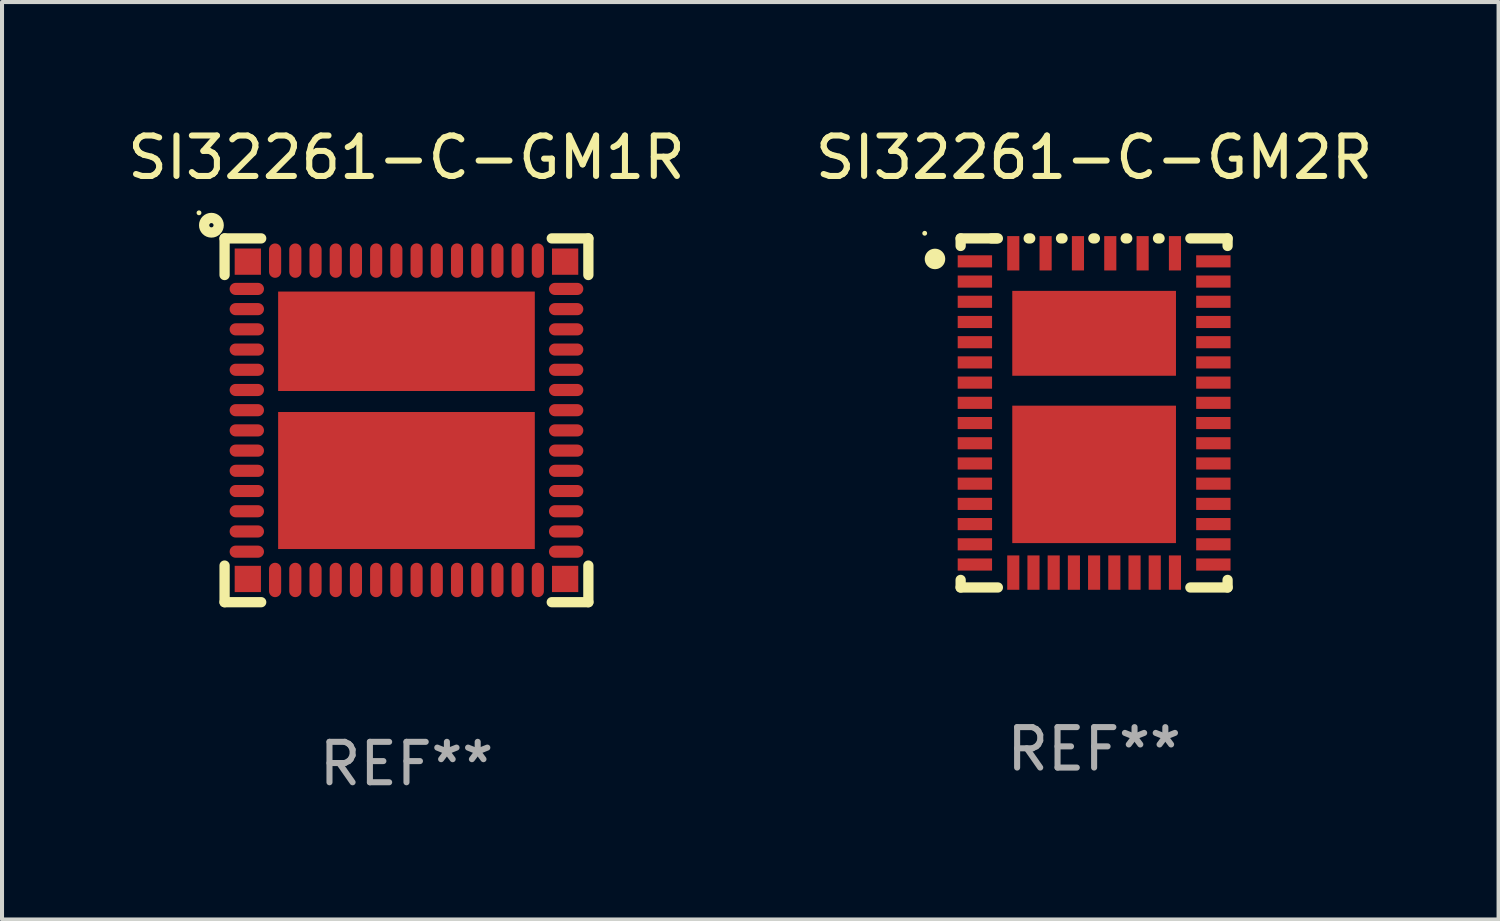
<source format=kicad_pcb>
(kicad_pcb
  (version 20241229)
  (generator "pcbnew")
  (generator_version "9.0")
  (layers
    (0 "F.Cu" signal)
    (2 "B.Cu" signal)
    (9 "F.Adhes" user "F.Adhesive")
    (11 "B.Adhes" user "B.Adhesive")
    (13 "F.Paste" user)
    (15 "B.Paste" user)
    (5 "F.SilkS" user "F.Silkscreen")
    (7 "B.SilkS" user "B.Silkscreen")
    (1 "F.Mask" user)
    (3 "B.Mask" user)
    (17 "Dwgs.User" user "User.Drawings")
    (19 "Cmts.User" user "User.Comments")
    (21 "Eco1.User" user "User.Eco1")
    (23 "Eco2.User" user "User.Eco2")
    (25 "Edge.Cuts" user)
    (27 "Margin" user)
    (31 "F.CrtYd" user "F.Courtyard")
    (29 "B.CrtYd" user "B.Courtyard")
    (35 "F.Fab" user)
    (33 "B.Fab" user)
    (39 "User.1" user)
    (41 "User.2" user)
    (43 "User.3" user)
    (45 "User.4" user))
  (footprint "SI32261-C-GM2R"
    (layer "F.Cu")
    (at 24.018 7.166)
    (property "Reference" "SI32261-C-GM2R" (at 0 -6.318 0) (layer "F.SilkS") (effects (font (size 1 1) (thickness 0.15))))
    (attr through_hole)
    (fp_line (start -3.302 -4.318) (end -3.302 -4.131) (stroke (width 0.254) (type solid)) (layer "F.SilkS"))
    (fp_line (start -3.302 4.131) (end -3.302 4.318) (stroke (width 0.254) (type solid)) (layer "F.SilkS"))
    (fp_line (start -3.302 4.318) (end -2.381 4.318) (stroke (width 0.254) (type solid)) (layer "F.SilkS"))
    (fp_line (start -2.413 -4.318) (end -3.302 -4.318) (stroke (width 0.254) (type solid)) (layer "F.SilkS"))
    (fp_line (start -2.381 -4.318) (end -2.54 -4.318) (stroke (width 0.254) (type solid)) (layer "F.SilkS"))
    (fp_line (start -1.581 -4.318) (end -1.619 -4.318) (stroke (width 0.254) (type solid)) (layer "F.SilkS"))
    (fp_line (start -0.781 -4.318) (end -0.819 -4.318) (stroke (width 0.254) (type solid)) (layer "F.SilkS"))
    (fp_line (start 0.019 -4.318) (end -0.019 -4.318) (stroke (width 0.254) (type solid)) (layer "F.SilkS"))
    (fp_line (start 0.819 -4.318) (end 0.781 -4.318) (stroke (width 0.254) (type solid)) (layer "F.SilkS"))
    (fp_line (start 1.619 -4.318) (end 1.581 -4.318) (stroke (width 0.254) (type solid)) (layer "F.SilkS"))
    (fp_line (start 2.381 4.318) (end 3.302 4.318) (stroke (width 0.254) (type solid)) (layer "F.SilkS"))
    (fp_line (start 3.302 -4.318) (end 2.381 -4.318) (stroke (width 0.254) (type solid)) (layer "F.SilkS"))
    (fp_line (start 3.302 -4.131) (end 3.302 -4.318) (stroke (width 0.254) (type solid)) (layer "F.SilkS"))
    (fp_line (start 3.302 4.318) (end 3.302 4.131) (stroke (width 0.254) (type solid)) (layer "F.SilkS"))
    (fp_circle (center -4.191 -4.445) (end -4.161 -4.445) (stroke (width 0.06) (type solid)) (fill no) (layer "F.SilkS"))
    (fp_circle (center -3.937 -3.81) (end -3.81 -3.81) (stroke (width 0.254) (type solid)) (fill no) (layer "F.SilkS"))
    (fp_text user "REF**" (at 0 8.318 0) (layer "F.Fab") (effects (font (size 1 1) (thickness 0.15))))
    (pad "1" smd rect (at -2.95 -3.75) (size 0.85 0.3) (layers "F.Cu" "F.Mask" "F.Paste"))
    (pad "2" smd rect (at -2.95 -3.25) (size 0.85 0.3) (layers "F.Cu" "F.Mask" "F.Paste"))
    (pad "3" smd rect (at -2.95 -2.75) (size 0.85 0.3) (layers "F.Cu" "F.Mask" "F.Paste"))
    (pad "4" smd rect (at -2.95 -2.25) (size 0.85 0.3) (layers "F.Cu" "F.Mask" "F.Paste"))
    (pad "5" smd rect (at -2.95 -1.75) (size 0.85 0.3) (layers "F.Cu" "F.Mask" "F.Paste"))
    (pad "6" smd rect (at -2.95 -1.25) (size 0.85 0.3) (layers "F.Cu" "F.Mask" "F.Paste"))
    (pad "7" smd rect (at -2.95 -0.75) (size 0.85 0.3) (layers "F.Cu" "F.Mask" "F.Paste"))
    (pad "8" smd rect (at -2.95 -0.25) (size 0.85 0.3) (layers "F.Cu" "F.Mask" "F.Paste"))
    (pad "9" smd rect (at -2.95 0.25) (size 0.85 0.3) (layers "F.Cu" "F.Mask" "F.Paste"))
    (pad "10" smd rect (at -2.95 0.75) (size 0.85 0.3) (layers "F.Cu" "F.Mask" "F.Paste"))
    (pad "11" smd rect (at -2.95 1.25) (size 0.85 0.3) (layers "F.Cu" "F.Mask" "F.Paste"))
    (pad "12" smd rect (at -2.95 1.75) (size 0.85 0.3) (layers "F.Cu" "F.Mask" "F.Paste"))
    (pad "13" smd rect (at -2.95 2.25) (size 0.85 0.3) (layers "F.Cu" "F.Mask" "F.Paste"))
    (pad "14" smd rect (at -2.95 2.75) (size 0.85 0.3) (layers "F.Cu" "F.Mask" "F.Paste"))
    (pad "15" smd rect (at -2.95 3.25) (size 0.85 0.3) (layers "F.Cu" "F.Mask" "F.Paste"))
    (pad "16" smd rect (at -2.95 3.75) (size 0.85 0.3) (layers "F.Cu" "F.Mask" "F.Paste"))
    (pad "17" smd rect (at -2 3.95 90) (size 0.85 0.3) (layers "F.Cu" "F.Mask" "F.Paste"))
    (pad "18" smd rect (at -1.5 3.95 90) (size 0.85 0.3) (layers "F.Cu" "F.Mask" "F.Paste"))
    (pad "19" smd rect (at -1 3.95 90) (size 0.85 0.3) (layers "F.Cu" "F.Mask" "F.Paste"))
    (pad "20" smd rect (at -0.5 3.95 90) (size 0.85 0.3) (layers "F.Cu" "F.Mask" "F.Paste"))
    (pad "21" smd rect (at 0 3.95 90) (size 0.85 0.3) (layers "F.Cu" "F.Mask" "F.Paste"))
    (pad "22" smd rect (at 0.5 3.95 90) (size 0.85 0.3) (layers "F.Cu" "F.Mask" "F.Paste"))
    (pad "23" smd rect (at 1 3.95 90) (size 0.85 0.3) (layers "F.Cu" "F.Mask" "F.Paste"))
    (pad "24" smd rect (at 1.5 3.95 90) (size 0.85 0.3) (layers "F.Cu" "F.Mask" "F.Paste"))
    (pad "25" smd rect (at 2 3.95 90) (size 0.85 0.3) (layers "F.Cu" "F.Mask" "F.Paste"))
    (pad "26" smd rect (at 2.95 3.75 180) (size 0.85 0.3) (layers "F.Cu" "F.Mask" "F.Paste"))
    (pad "27" smd rect (at 2.95 3.25 180) (size 0.85 0.3) (layers "F.Cu" "F.Mask" "F.Paste"))
    (pad "28" smd rect (at 2.95 2.75 180) (size 0.85 0.3) (layers "F.Cu" "F.Mask" "F.Paste"))
    (pad "29" smd rect (at 2.95 2.25 180) (size 0.85 0.3) (layers "F.Cu" "F.Mask" "F.Paste"))
    (pad "30" smd rect (at 2.95 1.75 180) (size 0.85 0.3) (layers "F.Cu" "F.Mask" "F.Paste"))
    (pad "31" smd rect (at 2.95 1.25 180) (size 0.85 0.3) (layers "F.Cu" "F.Mask" "F.Paste"))
    (pad "32" smd rect (at 2.95 0.75 180) (size 0.85 0.3) (layers "F.Cu" "F.Mask" "F.Paste"))
    (pad "33" smd rect (at 2.95 0.25 180) (size 0.85 0.3) (layers "F.Cu" "F.Mask" "F.Paste"))
    (pad "34" smd rect (at 2.95 -0.25 180) (size 0.85 0.3) (layers "F.Cu" "F.Mask" "F.Paste"))
    (pad "35" smd rect (at 2.95 -0.75 180) (size 0.85 0.3) (layers "F.Cu" "F.Mask" "F.Paste"))
    (pad "36" smd rect (at 2.95 -1.25 180) (size 0.85 0.3) (layers "F.Cu" "F.Mask" "F.Paste"))
    (pad "37" smd rect (at 2.95 -1.75 180) (size 0.85 0.3) (layers "F.Cu" "F.Mask" "F.Paste"))
    (pad "38" smd rect (at 2.95 -2.25 180) (size 0.85 0.3) (layers "F.Cu" "F.Mask" "F.Paste"))
    (pad "39" smd rect (at 2.95 -2.75 180) (size 0.85 0.3) (layers "F.Cu" "F.Mask" "F.Paste"))
    (pad "40" smd rect (at 2.95 -3.25 180) (size 0.85 0.3) (layers "F.Cu" "F.Mask" "F.Paste"))
    (pad "41" smd rect (at 2.95 -3.75 180) (size 0.85 0.3) (layers "F.Cu" "F.Mask" "F.Paste"))
    (pad "42" smd rect (at 2 -3.95 270) (size 0.85 0.3) (layers "F.Cu" "F.Mask" "F.Paste"))
    (pad "43" smd rect (at 1.2 -3.95 270) (size 0.85 0.3) (layers "F.Cu" "F.Mask" "F.Paste"))
    (pad "44" smd rect (at 0.4 -3.95 270) (size 0.85 0.3) (layers "F.Cu" "F.Mask" "F.Paste"))
    (pad "45" smd rect (at -0.4 -3.95 270) (size 0.85 0.3) (layers "F.Cu" "F.Mask" "F.Paste"))
    (pad "46" smd rect (at -1.2 -3.95 270) (size 0.85 0.3) (layers "F.Cu" "F.Mask" "F.Paste"))
    (pad "47" smd rect (at -2 -3.95 270) (size 0.85 0.3) (layers "F.Cu" "F.Mask" "F.Paste"))
    (pad "48" smd rect (at 0 -1.97 270) (size 2.1 4.05) (layers "F.Cu" "F.Mask" "F.Paste"))
    (pad "49" smd rect (at 0 1.52 270) (size 3.4 4.05) (layers "F.Cu" "F.Mask" "F.Paste")))
  (footprint "SI32261-C-GM1R"
    (layer "F.Cu")
    (at 7.006 7.348)
    (property "Reference" "SI32261-C-GM1R" (at 0 -6.5 0) (layer "F.SilkS") (effects (font (size 1 1) (thickness 0.15))))
    (attr through_hole)
    (fp_line (start -4.5 -4.5) (end -4.5 -3.594) (stroke (width 0.254) (type solid)) (layer "F.SilkS"))
    (fp_line (start -4.5 3.594) (end -4.5 4.5) (stroke (width 0.254) (type solid)) (layer "F.SilkS"))
    (fp_line (start -4.5 4.5) (end -3.594 4.5) (stroke (width 0.254) (type solid)) (layer "F.SilkS"))
    (fp_line (start -3.594 -4.5) (end -4.5 -4.5) (stroke (width 0.254) (type solid)) (layer "F.SilkS"))
    (fp_line (start 3.594 4.5) (end 4.5 4.5) (stroke (width 0.254) (type solid)) (layer "F.SilkS"))
    (fp_line (start 4.5 -4.5) (end 3.594 -4.5) (stroke (width 0.254) (type solid)) (layer "F.SilkS"))
    (fp_line (start 4.5 -3.594) (end 4.5 -4.5) (stroke (width 0.254) (type solid)) (layer "F.SilkS"))
    (fp_line (start 4.5 4.5) (end 4.5 3.594) (stroke (width 0.254) (type solid)) (layer "F.SilkS"))
    (fp_circle (center -5.133 -5.133) (end -5.103 -5.133) (stroke (width 0.06) (type solid)) (fill no) (layer "F.SilkS"))
    (fp_circle (center -4.826 -4.826) (end -4.646 -4.826) (stroke (width 0.254) (type solid)) (fill no) (layer "F.SilkS"))
    (fp_text user "REF**" (at 0 8.5 0) (layer "F.Fab") (effects (font (size 1 1) (thickness 0.15))))
    (pad "1" smd rect (at -3.925 -3.925) (size 0.65 0.65) (layers "F.Cu" "F.Mask" "F.Paste"))
    (pad "2" smd oval (at -3.95 -3.25) (size 0.85 0.3) (layers "F.Cu" "F.Mask" "F.Paste"))
    (pad "3" smd oval (at -3.95 -2.75) (size 0.85 0.3) (layers "F.Cu" "F.Mask" "F.Paste"))
    (pad "4" smd oval (at -3.95 -2.25) (size 0.85 0.3) (layers "F.Cu" "F.Mask" "F.Paste"))
    (pad "5" smd oval (at -3.95 -1.75) (size 0.85 0.3) (layers "F.Cu" "F.Mask" "F.Paste"))
    (pad "6" smd oval (at -3.95 -1.25) (size 0.85 0.3) (layers "F.Cu" "F.Mask" "F.Paste"))
    (pad "7" smd oval (at -3.95 -0.75) (size 0.85 0.3) (layers "F.Cu" "F.Mask" "F.Paste"))
    (pad "8" smd oval (at -3.95 -0.25) (size 0.85 0.3) (layers "F.Cu" "F.Mask" "F.Paste"))
    (pad "9" smd oval (at -3.95 0.25) (size 0.85 0.3) (layers "F.Cu" "F.Mask" "F.Paste"))
    (pad "10" smd oval (at -3.95 0.75) (size 0.85 0.3) (layers "F.Cu" "F.Mask" "F.Paste"))
    (pad "11" smd oval (at -3.95 1.25) (size 0.85 0.3) (layers "F.Cu" "F.Mask" "F.Paste"))
    (pad "12" smd oval (at -3.95 1.75) (size 0.85 0.3) (layers "F.Cu" "F.Mask" "F.Paste"))
    (pad "13" smd oval (at -3.95 2.25) (size 0.85 0.3) (layers "F.Cu" "F.Mask" "F.Paste"))
    (pad "14" smd oval (at -3.95 2.75) (size 0.85 0.3) (layers "F.Cu" "F.Mask" "F.Paste"))
    (pad "15" smd oval (at -3.95 3.25) (size 0.85 0.3) (layers "F.Cu" "F.Mask" "F.Paste"))
    (pad "16" smd rect (at -3.925 3.925) (size 0.65 0.65) (layers "F.Cu" "F.Mask" "F.Paste"))
    (pad "17" smd oval (at -3.25 3.95 90) (size 0.85 0.3) (layers "F.Cu" "F.Mask" "F.Paste"))
    (pad "18" smd oval (at -2.75 3.95 90) (size 0.85 0.3) (layers "F.Cu" "F.Mask" "F.Paste"))
    (pad "19" smd oval (at -2.25 3.95 90) (size 0.85 0.3) (layers "F.Cu" "F.Mask" "F.Paste"))
    (pad "20" smd oval (at -1.75 3.95 90) (size 0.85 0.3) (layers "F.Cu" "F.Mask" "F.Paste"))
    (pad "21" smd oval (at -1.25 3.95 90) (size 0.85 0.3) (layers "F.Cu" "F.Mask" "F.Paste"))
    (pad "22" smd oval (at -0.75 3.95 90) (size 0.85 0.3) (layers "F.Cu" "F.Mask" "F.Paste"))
    (pad "23" smd oval (at -0.25 3.95 90) (size 0.85 0.3) (layers "F.Cu" "F.Mask" "F.Paste"))
    (pad "24" smd oval (at 0.25 3.95 90) (size 0.85 0.3) (layers "F.Cu" "F.Mask" "F.Paste"))
    (pad "25" smd oval (at 0.75 3.95 90) (size 0.85 0.3) (layers "F.Cu" "F.Mask" "F.Paste"))
    (pad "26" smd oval (at 1.25 3.95 90) (size 0.85 0.3) (layers "F.Cu" "F.Mask" "F.Paste"))
    (pad "27" smd oval (at 1.75 3.95 90) (size 0.85 0.3) (layers "F.Cu" "F.Mask" "F.Paste"))
    (pad "28" smd oval (at 2.25 3.95 90) (size 0.85 0.3) (layers "F.Cu" "F.Mask" "F.Paste"))
    (pad "29" smd oval (at 2.75 3.95 90) (size 0.85 0.3) (layers "F.Cu" "F.Mask" "F.Paste"))
    (pad "30" smd oval (at 3.25 3.95 90) (size 0.85 0.3) (layers "F.Cu" "F.Mask" "F.Paste"))
    (pad "31" smd rect (at 3.925 3.925 180) (size 0.65 0.65) (layers "F.Cu" "F.Mask" "F.Paste"))
    (pad "32" smd oval (at 3.95 3.25 180) (size 0.85 0.3) (layers "F.Cu" "F.Mask" "F.Paste"))
    (pad "33" smd oval (at 3.95 2.75 180) (size 0.85 0.3) (layers "F.Cu" "F.Mask" "F.Paste"))
    (pad "34" smd oval (at 3.95 2.25 180) (size 0.85 0.3) (layers "F.Cu" "F.Mask" "F.Paste"))
    (pad "35" smd oval (at 3.95 1.75 180) (size 0.85 0.3) (layers "F.Cu" "F.Mask" "F.Paste"))
    (pad "36" smd oval (at 3.95 1.25 180) (size 0.85 0.3) (layers "F.Cu" "F.Mask" "F.Paste"))
    (pad "37" smd oval (at 3.95 0.75 180) (size 0.85 0.3) (layers "F.Cu" "F.Mask" "F.Paste"))
    (pad "38" smd oval (at 3.95 0.25 180) (size 0.85 0.3) (layers "F.Cu" "F.Mask" "F.Paste"))
    (pad "39" smd oval (at 3.95 -0.25 180) (size 0.85 0.3) (layers "F.Cu" "F.Mask" "F.Paste"))
    (pad "40" smd oval (at 3.95 -0.75 180) (size 0.85 0.3) (layers "F.Cu" "F.Mask" "F.Paste"))
    (pad "41" smd oval (at 3.95 -1.25 180) (size 0.85 0.3) (layers "F.Cu" "F.Mask" "F.Paste"))
    (pad "42" smd oval (at 3.95 -1.75 180) (size 0.85 0.3) (layers "F.Cu" "F.Mask" "F.Paste"))
    (pad "43" smd oval (at 3.95 -2.25 180) (size 0.85 0.3) (layers "F.Cu" "F.Mask" "F.Paste"))
    (pad "44" smd oval (at 3.95 -2.75 180) (size 0.85 0.3) (layers "F.Cu" "F.Mask" "F.Paste"))
    (pad "45" smd oval (at 3.95 -3.25 180) (size 0.85 0.3) (layers "F.Cu" "F.Mask" "F.Paste"))
    (pad "46" smd rect (at 3.925 -3.925 180) (size 0.65 0.65) (layers "F.Cu" "F.Mask" "F.Paste"))
    (pad "47" smd oval (at 3.25 -3.95 270) (size 0.85 0.3) (layers "F.Cu" "F.Mask" "F.Paste"))
    (pad "48" smd oval (at 2.75 -3.95 270) (size 0.85 0.3) (layers "F.Cu" "F.Mask" "F.Paste"))
    (pad "49" smd oval (at 2.25 -3.95 270) (size 0.85 0.3) (layers "F.Cu" "F.Mask" "F.Paste"))
    (pad "50" smd oval (at 1.75 -3.95 270) (size 0.85 0.3) (layers "F.Cu" "F.Mask" "F.Paste"))
    (pad "51" smd oval (at 1.25 -3.95 270) (size 0.85 0.3) (layers "F.Cu" "F.Mask" "F.Paste"))
    (pad "52" smd oval (at 0.75 -3.95 270) (size 0.85 0.3) (layers "F.Cu" "F.Mask" "F.Paste"))
    (pad "53" smd oval (at 0.25 -3.95 270) (size 0.85 0.3) (layers "F.Cu" "F.Mask" "F.Paste"))
    (pad "54" smd oval (at -0.25 -3.95 270) (size 0.85 0.3) (layers "F.Cu" "F.Mask" "F.Paste"))
    (pad "55" smd oval (at -0.75 -3.95 270) (size 0.85 0.3) (layers "F.Cu" "F.Mask" "F.Paste"))
    (pad "56" smd oval (at -1.25 -3.95 270) (size 0.85 0.3) (layers "F.Cu" "F.Mask" "F.Paste"))
    (pad "57" smd oval (at -1.75 -3.95 270) (size 0.85 0.3) (layers "F.Cu" "F.Mask" "F.Paste"))
    (pad "58" smd oval (at -2.25 -3.95 270) (size 0.85 0.3) (layers "F.Cu" "F.Mask" "F.Paste"))
    (pad "59" smd oval (at -2.75 -3.95 270) (size 0.85 0.3) (layers "F.Cu" "F.Mask" "F.Paste"))
    (pad "60" smd oval (at -3.25 -3.95 270) (size 0.85 0.3) (layers "F.Cu" "F.Mask" "F.Paste"))
    (pad "61" smd rect (at -0.000076 -1.955 180) (size 6.35 2.46) (layers "F.Cu" "F.Mask" "F.Paste"))
    (pad "62" smd rect (at -0.000076 1.49 180) (size 6.35 3.39) (layers "F.Cu" "F.Mask" "F.Paste")))
  (gr_rect
    (start -3 -3)
    (end 34.024 19.697)
    (stroke (width 0.1) (type default))
    (fill no)
    (layer "Edge.Cuts")))
</source>
